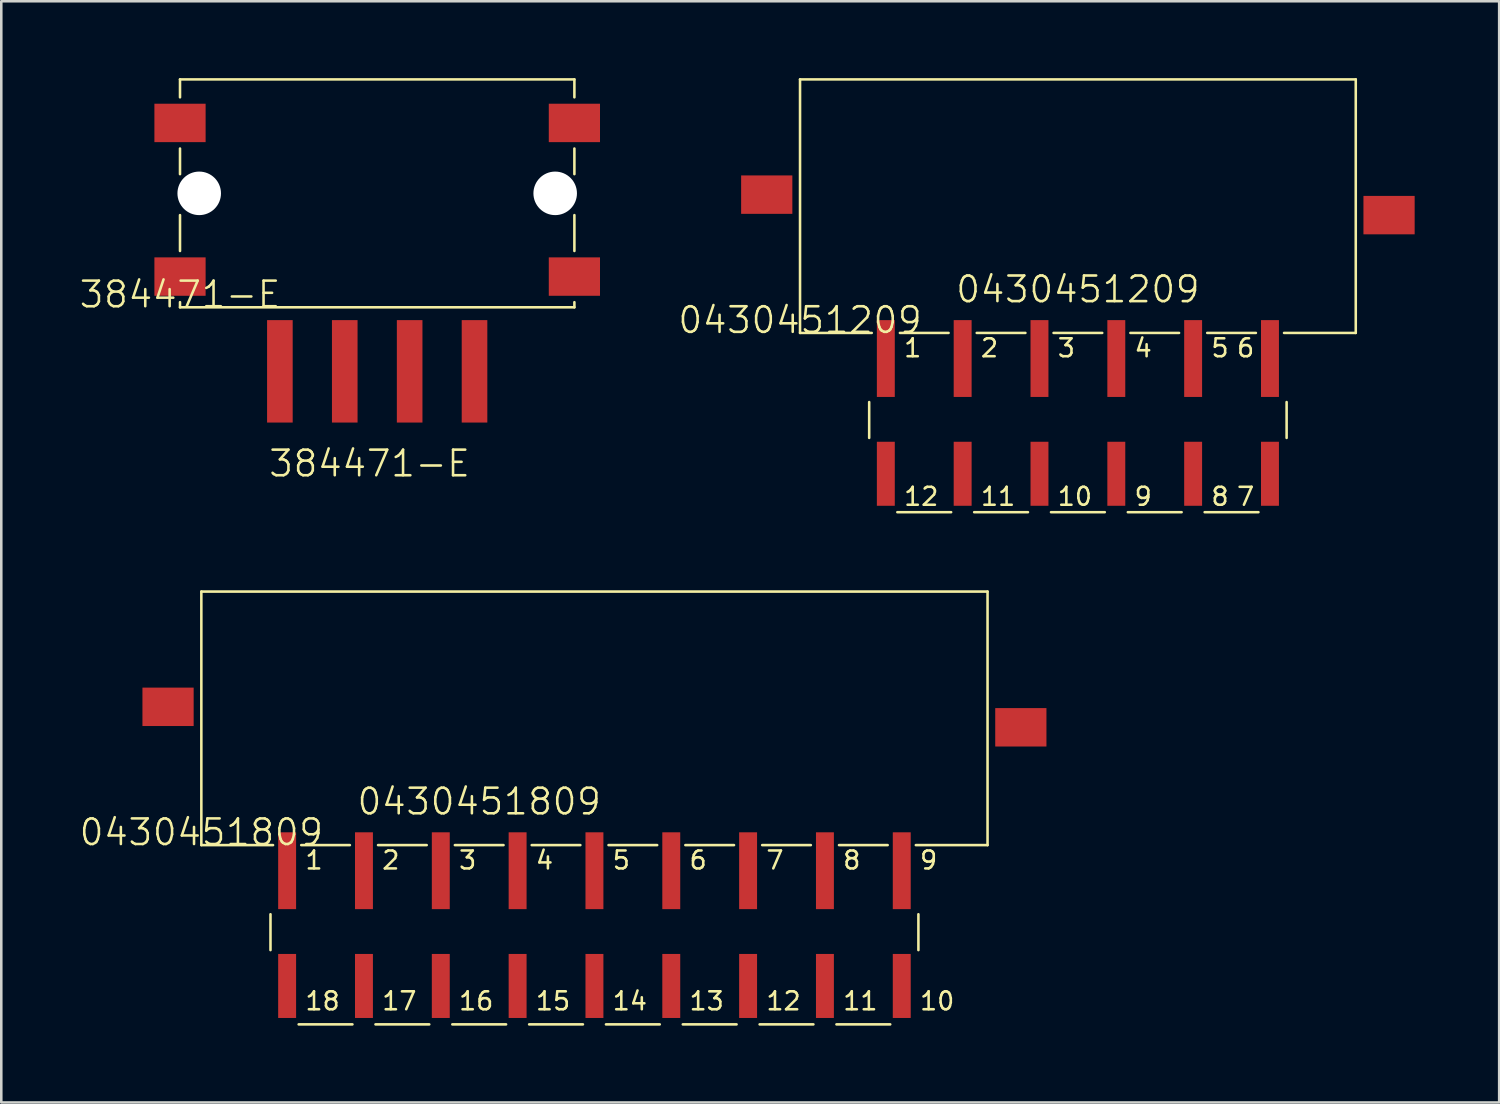
<source format=kicad_pcb>
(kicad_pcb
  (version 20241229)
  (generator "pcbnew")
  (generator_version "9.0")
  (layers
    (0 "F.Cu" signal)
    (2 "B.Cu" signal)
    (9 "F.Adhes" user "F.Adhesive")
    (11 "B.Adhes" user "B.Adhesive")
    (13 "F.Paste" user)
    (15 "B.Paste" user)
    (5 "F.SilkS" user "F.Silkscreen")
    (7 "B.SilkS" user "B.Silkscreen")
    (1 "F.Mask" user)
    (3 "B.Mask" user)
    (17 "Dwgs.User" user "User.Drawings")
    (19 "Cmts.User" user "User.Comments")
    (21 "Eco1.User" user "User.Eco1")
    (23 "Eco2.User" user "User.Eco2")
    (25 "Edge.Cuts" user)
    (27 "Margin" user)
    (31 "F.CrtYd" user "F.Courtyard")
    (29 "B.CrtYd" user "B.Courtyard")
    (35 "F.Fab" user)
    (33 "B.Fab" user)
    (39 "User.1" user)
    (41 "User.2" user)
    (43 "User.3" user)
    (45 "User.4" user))
  (footprint "384471-E"
    (layer "F.Cu")
    (at 3.979 8.95)
    (property "Reference" "384471-E" (at 0 -0.5 0) (unlocked yes) (layer "F.SilkS") (effects (font (size 1 1) (thickness 0.1))))
    (attr smd)
    (fp_line (start 0 -8.2) (end 0 -8.9) (stroke (width 0.1) (type default)) (layer "F.SilkS"))
    (fp_line (start 0 -5.2) (end 0 -6.2) (stroke (width 0.1) (type default)) (layer "F.SilkS"))
    (fp_line (start 0 -2.2) (end 0 -3.6) (stroke (width 0.1) (type default)) (layer "F.SilkS"))
    (fp_line (start 0 0) (end 0 -0.2) (stroke (width 0.1) (type default)) (layer "F.SilkS"))
    (fp_line (start 0 0) (end 15.4 0) (stroke (width 0.1) (type default)) (layer "F.SilkS"))
    (fp_line (start 15.4 -8.9) (end 0 -8.9) (stroke (width 0.1) (type default)) (layer "F.SilkS"))
    (fp_line (start 15.4 -8.2) (end 15.4 -8.9) (stroke (width 0.1) (type default)) (layer "F.SilkS"))
    (fp_line (start 15.4 -5.2) (end 15.4 -6.2) (stroke (width 0.1) (type default)) (layer "F.SilkS"))
    (fp_line (start 15.4 -2.2) (end 15.4 -3.6) (stroke (width 0.1) (type default)) (layer "F.SilkS"))
    (fp_line (start 15.4 0) (end 15.4 -0.2) (stroke (width 0.1) (type default)) (layer "F.SilkS"))
    (fp_text user "${REFERENCE}" (at 7.4 6.1 0) (unlocked yes) (layer "F.SilkS") (effects (font (size 1 1) (thickness 0.1))))
    (pad "" np_thru_hole circle (at 0.75 -4.45) (size 1.7 1.7) (drill 1.7) (layers "*.Cu" "*.Mask"))
    (pad "" np_thru_hole circle (at 14.65 -4.45) (size 1.7 1.7) (drill 1.7) (layers "*.Cu" "*.Mask"))
    (pad "1" smd rect (at 3.9 2.5) (size 1 4) (layers "F.Cu" "F.Mask" "F.Paste"))
    (pad "2" smd rect (at 6.433 2.5) (size 1 4) (layers "F.Cu" "F.Mask" "F.Paste"))
    (pad "3" smd rect (at 8.967 2.5) (size 1 4) (layers "F.Cu" "F.Mask" "F.Paste"))
    (pad "4" smd rect (at 11.5 2.5) (size 1 4) (layers "F.Cu" "F.Mask" "F.Paste"))
    (pad "Shield" smd rect (at 0 -7.2) (size 2 1.5) (layers "F.Cu" "F.Mask" "F.Paste"))
    (pad "Shield" smd rect (at 0 -1.2) (size 2 1.5) (layers "F.Cu" "F.Mask" "F.Paste"))
    (pad "Shield" smd rect (at 15.4 -7.2) (size 2 1.5) (layers "F.Cu" "F.Mask" "F.Paste"))
    (pad "Shield" smd rect (at 15.4 -1.2) (size 2 1.5) (layers "F.Cu" "F.Mask" "F.Paste")))
  (footprint "0430451809"
    (layer "F.Cu")
    (at 4.812 29.95)
    (property "Reference" "0430451809" (at 0 -0.5 0) (unlocked yes) (layer "F.SilkS") (effects (font (size 1 1) (thickness 0.1))))
    (attr smd)
    (fp_line (start 0 -9.9) (end 0 0) (stroke (width 0.1) (type default)) (layer "F.SilkS"))
    (fp_line (start 2.7 4.1) (end 2.7 2.7) (stroke (width 0.1) (type default)) (layer "F.SilkS"))
    (fp_line (start 2.8 0) (end 0 0) (stroke (width 0.1) (type default)) (layer "F.SilkS"))
    (fp_line (start 3.9 0) (end 5.8 0) (stroke (width 0.1) (type default)) (layer "F.SilkS"))
    (fp_line (start 5.9 7) (end 3.8 7) (stroke (width 0.1) (type default)) (layer "F.SilkS"))
    (fp_line (start 6.9 0) (end 8.8 0) (stroke (width 0.1) (type default)) (layer "F.SilkS"))
    (fp_line (start 8.9 7) (end 6.8 7) (stroke (width 0.1) (type default)) (layer "F.SilkS"))
    (fp_line (start 9.9 0) (end 11.8 0) (stroke (width 0.1) (type default)) (layer "F.SilkS"))
    (fp_line (start 11.9 7) (end 9.8 7) (stroke (width 0.1) (type default)) (layer "F.SilkS"))
    (fp_line (start 12.9 0) (end 14.8 0) (stroke (width 0.1) (type default)) (layer "F.SilkS"))
    (fp_line (start 14.9 7) (end 12.8 7) (stroke (width 0.1) (type default)) (layer "F.SilkS"))
    (fp_line (start 15.9 0) (end 17.8 0) (stroke (width 0.1) (type default)) (layer "F.SilkS"))
    (fp_line (start 17.9 7) (end 15.8 7) (stroke (width 0.1) (type default)) (layer "F.SilkS"))
    (fp_line (start 18.9 0) (end 20.8 0) (stroke (width 0.1) (type default)) (layer "F.SilkS"))
    (fp_line (start 20.9 7) (end 18.8 7) (stroke (width 0.1) (type default)) (layer "F.SilkS"))
    (fp_line (start 21.9 0) (end 23.8 0) (stroke (width 0.1) (type default)) (layer "F.SilkS"))
    (fp_line (start 23.9 7) (end 21.8 7) (stroke (width 0.1) (type default)) (layer "F.SilkS"))
    (fp_line (start 24.9 0) (end 26.8 0) (stroke (width 0.1) (type default)) (layer "F.SilkS"))
    (fp_line (start 26.9 7) (end 24.8 7) (stroke (width 0.1) (type default)) (layer "F.SilkS"))
    (fp_line (start 28 4.1) (end 28 2.7) (stroke (width 0.1) (type default)) (layer "F.SilkS"))
    (fp_line (start 30.7 -9.9) (end 0 -9.9) (stroke (width 0.1) (type default)) (layer "F.SilkS"))
    (fp_line (start 30.7 0) (end 27.9 0) (stroke (width 0.1) (type default)) (layer "F.SilkS"))
    (fp_line (start 30.7 0) (end 30.7 -9.9) (stroke (width 0.1) (type default)) (layer "F.SilkS"))
    (fp_text user "5" (at 16 1 0) (unlocked yes) (layer "F.SilkS") (effects (font (size 0.7 0.7) (thickness 0.1)) (justify left bottom)))
    (fp_text user "11" (at 25 6.5 0) (unlocked yes) (layer "F.SilkS") (effects (font (size 0.7 0.7) (thickness 0.1)) (justify left bottom)))
    (fp_text user "7" (at 22 1 0) (unlocked yes) (layer "F.SilkS") (effects (font (size 0.7 0.7) (thickness 0.1)) (justify left bottom)))
    (fp_text user "6" (at 19 1 0) (unlocked yes) (layer "F.SilkS") (effects (font (size 0.7 0.7) (thickness 0.1)) (justify left bottom)))
    (fp_text user "10" (at 28 6.5 0) (unlocked yes) (layer "F.SilkS") (effects (font (size 0.7 0.7) (thickness 0.1)) (justify left bottom)))
    (fp_text user "9" (at 28 1 0) (unlocked yes) (layer "F.SilkS") (effects (font (size 0.7 0.7) (thickness 0.1)) (justify left bottom)))
    (fp_text user "14" (at 16 6.5 0) (unlocked yes) (layer "F.SilkS") (effects (font (size 0.7 0.7) (thickness 0.1)) (justify left bottom)))
    (fp_text user "13" (at 19 6.5 0) (unlocked yes) (layer "F.SilkS") (effects (font (size 0.7 0.7) (thickness 0.1)) (justify left bottom)))
    (fp_text user "17" (at 7 6.5 0) (unlocked yes) (layer "F.SilkS") (effects (font (size 0.7 0.7) (thickness 0.1)) (justify left bottom)))
    (fp_text user "15" (at 13 6.5 0) (unlocked yes) (layer "F.SilkS") (effects (font (size 0.7 0.7) (thickness 0.1)) (justify left bottom)))
    (fp_text user "16" (at 10 6.5 0) (unlocked yes) (layer "F.SilkS") (effects (font (size 0.7 0.7) (thickness 0.1)) (justify left bottom)))
    (fp_text user "1" (at 4 1 0) (unlocked yes) (layer "F.SilkS") (effects (font (size 0.7 0.7) (thickness 0.1)) (justify left bottom)))
    (fp_text user "4" (at 13 1 0) (unlocked yes) (layer "F.SilkS") (effects (font (size 0.7 0.7) (thickness 0.1)) (justify left bottom)))
    (fp_text user "3" (at 10 1 0) (unlocked yes) (layer "F.SilkS") (effects (font (size 0.7 0.7) (thickness 0.1)) (justify left bottom)))
    (fp_text user "8" (at 25 1 0) (unlocked yes) (layer "F.SilkS") (effects (font (size 0.7 0.7) (thickness 0.1)) (justify left bottom)))
    (fp_text user "12" (at 22 6.5 0) (unlocked yes) (layer "F.SilkS") (effects (font (size 0.7 0.7) (thickness 0.1)) (justify left bottom)))
    (fp_text user "18" (at 4 6.5 0) (unlocked yes) (layer "F.SilkS") (effects (font (size 0.7 0.7) (thickness 0.1)) (justify left bottom)))
    (fp_text user "2" (at 7 1 0) (unlocked yes) (layer "F.SilkS") (effects (font (size 0.7 0.7) (thickness 0.1)) (justify left bottom)))
    (fp_text user "${REFERENCE}" (at 10.85 -1.7 0) (unlocked yes) (layer "F.SilkS") (effects (font (size 1 1) (thickness 0.1))))
    (pad "1" smd rect (at 3.35 1) (size 0.7 3) (layers "F.Cu" "F.Mask" "F.Paste"))
    (pad "2" smd rect (at 6.35 1) (size 0.7 3) (layers "F.Cu" "F.Mask" "F.Paste"))
    (pad "3" smd rect (at 9.35 1) (size 0.7 3) (layers "F.Cu" "F.Mask" "F.Paste"))
    (pad "4" smd rect (at 12.35 1) (size 0.7 3) (layers "F.Cu" "F.Mask" "F.Paste"))
    (pad "5" smd rect (at 15.35 1) (size 0.7 3) (layers "F.Cu" "F.Mask" "F.Paste"))
    (pad "6" smd rect (at 18.35 1) (size 0.7 3) (layers "F.Cu" "F.Mask" "F.Paste"))
    (pad "7" smd rect (at 21.35 1) (size 0.7 3) (layers "F.Cu" "F.Mask" "F.Paste"))
    (pad "8" smd rect (at 24.35 1) (size 0.7 3) (layers "F.Cu" "F.Mask" "F.Paste"))
    (pad "9" smd rect (at 27.35 1) (size 0.7 3) (layers "F.Cu" "F.Mask" "F.Paste"))
    (pad "10" smd rect (at 27.35 5.5) (size 0.7 2.5) (layers "F.Cu" "F.Mask" "F.Paste"))
    (pad "11" smd rect (at 24.35 5.5) (size 0.7 2.5) (layers "F.Cu" "F.Mask" "F.Paste"))
    (pad "12" smd rect (at 21.35 5.5) (size 0.7 2.5) (layers "F.Cu" "F.Mask" "F.Paste"))
    (pad "13" smd rect (at 18.35 5.5) (size 0.7 2.5) (layers "F.Cu" "F.Mask" "F.Paste"))
    (pad "14" smd rect (at 15.35 5.5) (size 0.7 2.5) (layers "F.Cu" "F.Mask" "F.Paste"))
    (pad "15" smd rect (at 12.35 5.5) (size 0.7 2.5) (layers "F.Cu" "F.Mask" "F.Paste"))
    (pad "16" smd rect (at 9.35 5.5) (size 0.7 2.5) (layers "F.Cu" "F.Mask" "F.Paste"))
    (pad "17" smd rect (at 6.35 5.5) (size 0.7 2.5) (layers "F.Cu" "F.Mask" "F.Paste"))
    (pad "18" smd rect (at 3.35 5.5) (size 0.7 2.5) (layers "F.Cu" "F.Mask" "F.Paste"))
    (pad "Shield" smd rect (at -1.3 -5.4) (size 2 1.5) (layers "F.Cu" "F.Mask" "F.Paste"))
    (pad "Shield" smd rect (at 32 -4.6) (size 2 1.5) (layers "F.Cu" "F.Mask" "F.Paste"))
    (zone (net_name "") (layers "F.Cu" "B.Cu") (name "Copper Keep Out") (hatch full 0.5) (connect_pads) (min_thickness 0.25) (filled_areas_thickness no) (keepout (tracks not_allowed) (vias not_allowed) (pads not_allowed) (copperpour not_allowed) (footprints not_allowed)) (placement (enabled no)) (fill) (polygon (pts (xy 5.212 26.65) (xy 2.512 26.65) (xy 2.512 29.65) (xy 5.212 29.65))))
    (zone (net_name "") (layers "F.Cu" "B.Cu") (name "Copper Keep Out") (hatch full 0.5) (connect_pads) (min_thickness 0.25) (filled_areas_thickness no) (keepout (tracks not_allowed) (vias not_allowed) (pads not_allowed) (copperpour not_allowed) (footprints not_allowed)) (placement (enabled no)) (fill) (polygon (pts (xy 38.112 29.65) (xy 38.112 26.95) (xy 35.112 26.95) (xy 35.112 29.65)))))
  (footprint "0430451209"
    (layer "F.Cu")
    (at 28.19 9.95)
    (property "Reference" "0430451209" (at 0 -0.5 0) (unlocked yes) (layer "F.SilkS") (effects (font (size 1 1) (thickness 0.1))))
    (attr smd)
    (fp_line (start 0 -9.9) (end 0 0) (stroke (width 0.1) (type default)) (layer "F.SilkS"))
    (fp_line (start 2.7 4.1) (end 2.7 2.7) (stroke (width 0.1) (type default)) (layer "F.SilkS"))
    (fp_line (start 2.8 0) (end 0 0) (stroke (width 0.1) (type default)) (layer "F.SilkS"))
    (fp_line (start 3.9 0) (end 5.8 0) (stroke (width 0.1) (type default)) (layer "F.SilkS"))
    (fp_line (start 5.9 7) (end 3.8 7) (stroke (width 0.1) (type default)) (layer "F.SilkS"))
    (fp_line (start 6.9 0) (end 8.8 0) (stroke (width 0.1) (type default)) (layer "F.SilkS"))
    (fp_line (start 8.9 7) (end 6.8 7) (stroke (width 0.1) (type default)) (layer "F.SilkS"))
    (fp_line (start 9.9 0) (end 11.8 0) (stroke (width 0.1) (type default)) (layer "F.SilkS"))
    (fp_line (start 11.9 7) (end 9.8 7) (stroke (width 0.1) (type default)) (layer "F.SilkS"))
    (fp_line (start 12.9 0) (end 14.8 0) (stroke (width 0.1) (type default)) (layer "F.SilkS"))
    (fp_line (start 14.9 7) (end 12.8 7) (stroke (width 0.1) (type default)) (layer "F.SilkS"))
    (fp_line (start 15.9 0) (end 17.8 0) (stroke (width 0.1) (type default)) (layer "F.SilkS"))
    (fp_line (start 17.9 7) (end 15.8 7) (stroke (width 0.1) (type default)) (layer "F.SilkS"))
    (fp_line (start 18.9 0) (end 21.7 0) (stroke (width 0.1) (type default)) (layer "F.SilkS"))
    (fp_line (start 19 4.1) (end 19 2.7) (stroke (width 0.1) (type default)) (layer "F.SilkS"))
    (fp_line (start 21.7 -9.9) (end 0 -9.9) (stroke (width 0.1) (type default)) (layer "F.SilkS"))
    (fp_line (start 21.7 0) (end 21.7 -9.9) (stroke (width 0.1) (type default)) (layer "F.SilkS"))
    (fp_text user "10" (at 10 6.8 0) (unlocked yes) (layer "F.SilkS") (effects (font (size 0.7 0.7) (thickness 0.1)) (justify left bottom)))
    (fp_text user "5" (at 16 1 0) (unlocked yes) (layer "F.SilkS") (effects (font (size 0.7 0.7) (thickness 0.1)) (justify left bottom)))
    (fp_text user "${REFERENCE}" (at 10.85 -1.7 0) (unlocked yes) (layer "F.SilkS") (effects (font (size 1 1) (thickness 0.1))))
    (fp_text user "3" (at 10 1 0) (unlocked yes) (layer "F.SilkS") (effects (font (size 0.7 0.7) (thickness 0.1)) (justify left bottom)))
    (fp_text user "1" (at 4 1 0) (unlocked yes) (layer "F.SilkS") (effects (font (size 0.7 0.7) (thickness 0.1)) (justify left bottom)))
    (fp_text user "8" (at 16 6.8 0) (unlocked yes) (layer "F.SilkS") (effects (font (size 0.7 0.7) (thickness 0.1)) (justify left bottom)))
    (fp_text user "2" (at 7 1 0) (unlocked yes) (layer "F.SilkS") (effects (font (size 0.7 0.7) (thickness 0.1)) (justify left bottom)))
    (fp_text user "9" (at 13 6.8 0) (unlocked yes) (layer "F.SilkS") (effects (font (size 0.7 0.7) (thickness 0.1)) (justify left bottom)))
    (fp_text user "12" (at 4 6.8 0) (unlocked yes) (layer "F.SilkS") (effects (font (size 0.7 0.7) (thickness 0.1)) (justify left bottom)))
    (fp_text user "7" (at 17 6.8 0) (unlocked yes) (layer "F.SilkS") (effects (font (size 0.7 0.7) (thickness 0.1)) (justify left bottom)))
    (fp_text user "11" (at 7 6.8 0) (unlocked yes) (layer "F.SilkS") (effects (font (size 0.7 0.7) (thickness 0.1)) (justify left bottom)))
    (fp_text user "6" (at 17 1 0) (unlocked yes) (layer "F.SilkS") (effects (font (size 0.7 0.7) (thickness 0.1)) (justify left bottom)))
    (fp_text user "4" (at 13 1 0) (unlocked yes) (layer "F.SilkS") (effects (font (size 0.7 0.7) (thickness 0.1)) (justify left bottom)))
    (pad "1" smd rect (at 3.35 1) (size 0.7 3) (layers "F.Cu" "F.Mask" "F.Paste"))
    (pad "2" smd rect (at 6.35 1) (size 0.7 3) (layers "F.Cu" "F.Mask" "F.Paste"))
    (pad "3" smd rect (at 9.35 1) (size 0.7 3) (layers "F.Cu" "F.Mask" "F.Paste"))
    (pad "4" smd rect (at 12.35 1) (size 0.7 3) (layers "F.Cu" "F.Mask" "F.Paste"))
    (pad "5" smd rect (at 15.35 1) (size 0.7 3) (layers "F.Cu" "F.Mask" "F.Paste"))
    (pad "6" smd rect (at 18.35 1) (size 0.7 3) (layers "F.Cu" "F.Mask" "F.Paste"))
    (pad "7" smd rect (at 18.35 5.5) (size 0.7 2.5) (layers "F.Cu" "F.Mask" "F.Paste"))
    (pad "8" smd rect (at 15.35 5.5) (size 0.7 2.5) (layers "F.Cu" "F.Mask" "F.Paste"))
    (pad "9" smd rect (at 12.35 5.5) (size 0.7 2.5) (layers "F.Cu" "F.Mask" "F.Paste"))
    (pad "10" smd rect (at 9.35 5.5) (size 0.7 2.5) (layers "F.Cu" "F.Mask" "F.Paste"))
    (pad "11" smd rect (at 6.35 5.5) (size 0.7 2.5) (layers "F.Cu" "F.Mask" "F.Paste"))
    (pad "12" smd rect (at 3.35 5.5) (size 0.7 2.5) (layers "F.Cu" "F.Mask" "F.Paste"))
    (pad "Shield" smd rect (at -1.3 -5.4) (size 2 1.5) (layers "F.Cu" "F.Mask" "F.Paste"))
    (pad "Shield" smd rect (at 23 -4.6) (size 2 1.5) (layers "F.Cu" "F.Mask" "F.Paste"))
    (zone (net_name "") (layers "F.Cu" "B.Cu") (name "Copper Keep Out") (hatch full 0.5) (connect_pads) (min_thickness 0.25) (filled_areas_thickness no) (keepout (tracks not_allowed) (vias not_allowed) (pads not_allowed) (copperpour not_allowed) (footprints not_allowed)) (placement (enabled no)) (fill) (polygon (pts (xy 28.59 6.65) (xy 25.89 6.65) (xy 25.89 9.65) (xy 28.59 9.65))))
    (zone (net_name "") (layers "F.Cu" "B.Cu") (name "Copper Keep Out") (hatch full 0.5) (connect_pads) (min_thickness 0.25) (filled_areas_thickness no) (keepout (tracks not_allowed) (vias not_allowed) (pads not_allowed) (copperpour not_allowed) (footprints not_allowed)) (placement (enabled no)) (fill) (polygon (pts (xy 52.49 9.65) (xy 52.49 6.95) (xy 49.49 6.95) (xy 49.49 9.65)))))
  (gr_rect
    (start -3 -3)
    (end 55.49 40)
    (stroke (width 0.1) (type default))
    (fill no)
    (layer "Edge.Cuts")))
</source>
